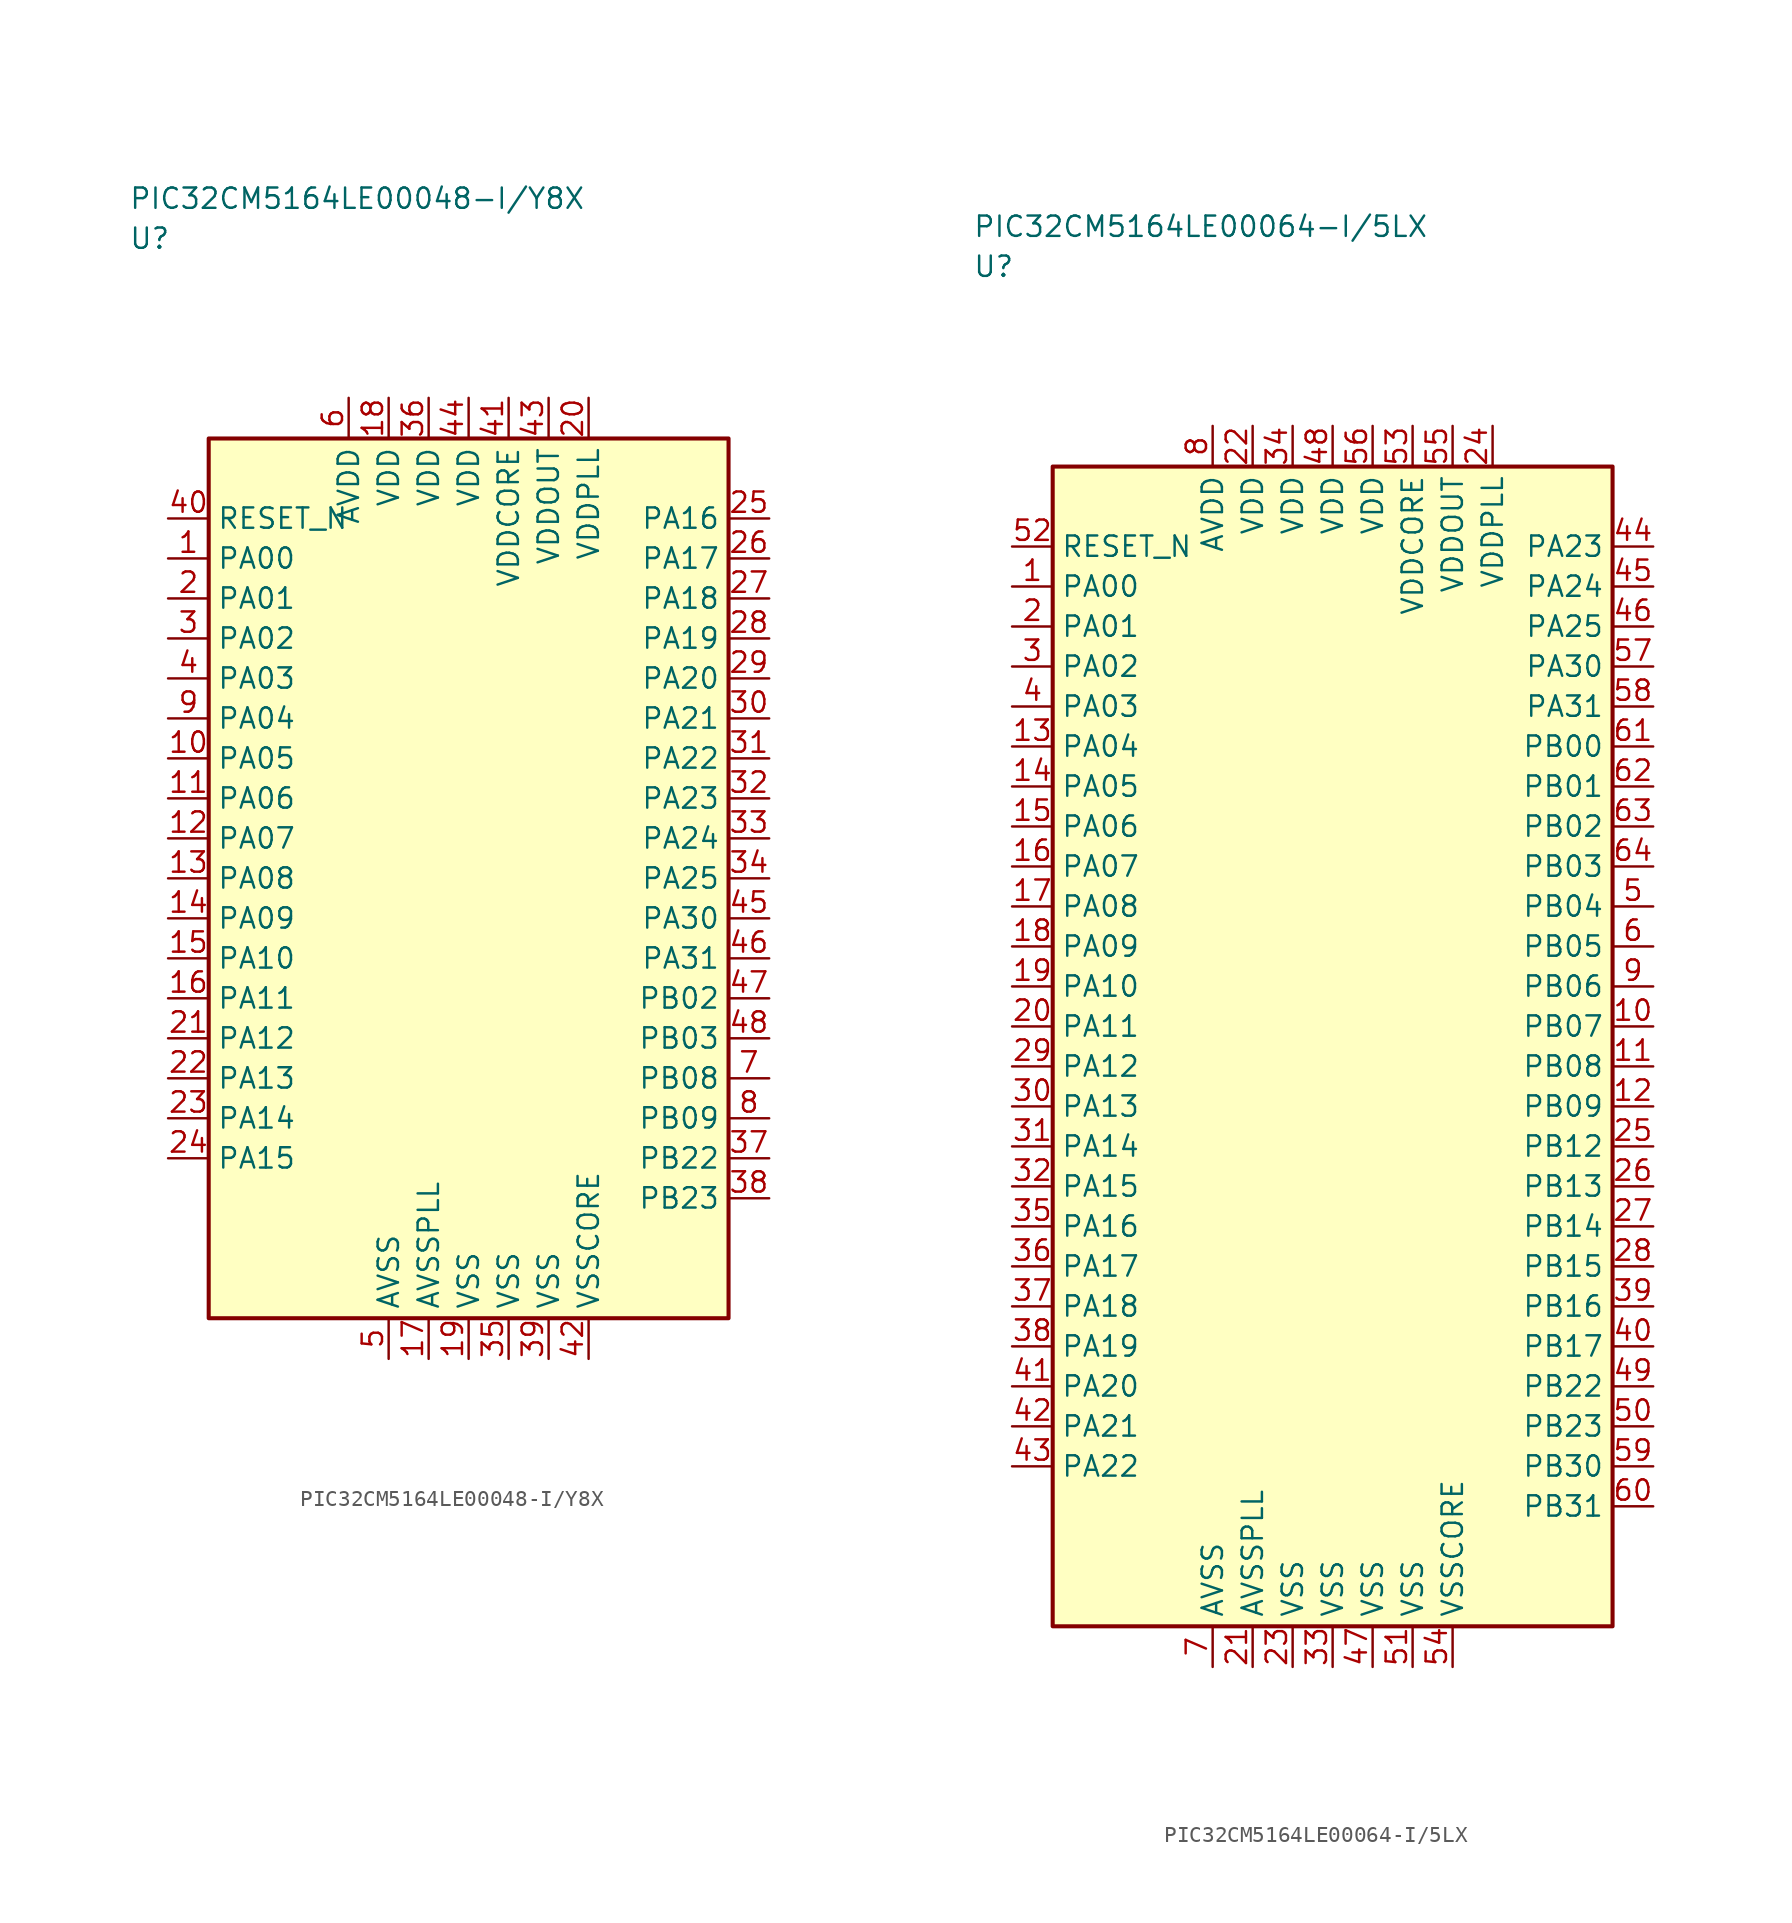
<source format=kicad_sym>
(kicad_symbol_lib
  (version 20241025)
  (generator "kicad_symbol_editor")
  (generator_version "8.0")
  (symbol "PIC32CM5164LE00048-I/Y8X"
    (property "Reference" "U"
      (at -21.25 40.0 0)
      (effects (font (size 1.27 1.27)) (justify left)))
    (property "Value" "PIC32CM5164LE00048-I/Y8X"
      (at -21.25 42.5 0)
      (effects (font (size 1.27 1.27)) (justify left)))
    (symbol "PIC32CM5164LE00048-I/Y8X_0_1"
      (rectangle (start -16.25 27.5) (end 16.25 -27.5) (stroke (width 0.254) (type default)) (fill (type background))))
    (symbol "PIC32CM5164LE00048-I/Y8X_1_1"
      (pin bidirectional line (at -18.79 20.0 0.0) (length 2.54) (name "PA00" (effects (font (size 1.27 1.27)))) (number "1" (effects (font (size 1.27 1.27)))))
      (pin bidirectional line (at -18.79 17.5 0.0) (length 2.54) (name "PA01" (effects (font (size 1.27 1.27)))) (number "2" (effects (font (size 1.27 1.27)))))
      (pin bidirectional line (at -18.79 15.0 0.0) (length 2.54) (name "PA02" (effects (font (size 1.27 1.27)))) (number "3" (effects (font (size 1.27 1.27)))))
      (pin bidirectional line (at -18.79 12.5 0.0) (length 2.54) (name "PA03" (effects (font (size 1.27 1.27)))) (number "4" (effects (font (size 1.27 1.27)))))
      (pin passive line (at -5.0 -30.04 90.0) (length 2.54) (name "AVSS" (effects (font (size 1.27 1.27)))) (number "5" (effects (font (size 1.27 1.27)))))
      (pin power_in line (at -7.5 30.04 270.0) (length 2.54) (name "AVDD" (effects (font (size 1.27 1.27)))) (number "6" (effects (font (size 1.27 1.27)))))
      (pin bidirectional line (at 18.79 -12.5 180.0) (length 2.54) (name "PB08" (effects (font (size 1.27 1.27)))) (number "7" (effects (font (size 1.27 1.27)))))
      (pin bidirectional line (at 18.79 -15.0 180.0) (length 2.54) (name "PB09" (effects (font (size 1.27 1.27)))) (number "8" (effects (font (size 1.27 1.27)))))
      (pin bidirectional line (at -18.79 10.0 0.0) (length 2.54) (name "PA04" (effects (font (size 1.27 1.27)))) (number "9" (effects (font (size 1.27 1.27)))))
      (pin bidirectional line (at -18.79 7.5 0.0) (length 2.54) (name "PA05" (effects (font (size 1.27 1.27)))) (number "10" (effects (font (size 1.27 1.27)))))
      (pin bidirectional line (at -18.79 5.0 0.0) (length 2.54) (name "PA06" (effects (font (size 1.27 1.27)))) (number "11" (effects (font (size 1.27 1.27)))))
      (pin bidirectional line (at -18.79 2.5 0.0) (length 2.54) (name "PA07" (effects (font (size 1.27 1.27)))) (number "12" (effects (font (size 1.27 1.27)))))
      (pin bidirectional line (at -18.79 0.0 0.0) (length 2.54) (name "PA08" (effects (font (size 1.27 1.27)))) (number "13" (effects (font (size 1.27 1.27)))))
      (pin bidirectional line (at -18.79 -2.5 0.0) (length 2.54) (name "PA09" (effects (font (size 1.27 1.27)))) (number "14" (effects (font (size 1.27 1.27)))))
      (pin bidirectional line (at -18.79 -5.0 0.0) (length 2.54) (name "PA10" (effects (font (size 1.27 1.27)))) (number "15" (effects (font (size 1.27 1.27)))))
      (pin bidirectional line (at -18.79 -7.5 0.0) (length 2.54) (name "PA11" (effects (font (size 1.27 1.27)))) (number "16" (effects (font (size 1.27 1.27)))))
      (pin passive line (at -2.5 -30.04 90.0) (length 2.54) (name "AVSSPLL" (effects (font (size 1.27 1.27)))) (number "17" (effects (font (size 1.27 1.27)))))
      (pin power_in line (at -5.0 30.04 270.0) (length 2.54) (name "VDD" (effects (font (size 1.27 1.27)))) (number "18" (effects (font (size 1.27 1.27)))))
      (pin passive line (at 0.0 -30.04 90.0) (length 2.54) (name "VSS" (effects (font (size 1.27 1.27)))) (number "19" (effects (font (size 1.27 1.27)))))
      (pin power_in line (at 7.5 30.04 270.0) (length 2.54) (name "VDDPLL" (effects (font (size 1.27 1.27)))) (number "20" (effects (font (size 1.27 1.27)))))
      (pin bidirectional line (at -18.79 -10.0 0.0) (length 2.54) (name "PA12" (effects (font (size 1.27 1.27)))) (number "21" (effects (font (size 1.27 1.27)))))
      (pin bidirectional line (at -18.79 -12.5 0.0) (length 2.54) (name "PA13" (effects (font (size 1.27 1.27)))) (number "22" (effects (font (size 1.27 1.27)))))
      (pin bidirectional line (at -18.79 -15.0 0.0) (length 2.54) (name "PA14" (effects (font (size 1.27 1.27)))) (number "23" (effects (font (size 1.27 1.27)))))
      (pin bidirectional line (at -18.79 -17.5 0.0) (length 2.54) (name "PA15" (effects (font (size 1.27 1.27)))) (number "24" (effects (font (size 1.27 1.27)))))
      (pin bidirectional line (at 18.79 22.5 180.0) (length 2.54) (name "PA16" (effects (font (size 1.27 1.27)))) (number "25" (effects (font (size 1.27 1.27)))))
      (pin bidirectional line (at 18.79 20.0 180.0) (length 2.54) (name "PA17" (effects (font (size 1.27 1.27)))) (number "26" (effects (font (size 1.27 1.27)))))
      (pin bidirectional line (at 18.79 17.5 180.0) (length 2.54) (name "PA18" (effects (font (size 1.27 1.27)))) (number "27" (effects (font (size 1.27 1.27)))))
      (pin bidirectional line (at 18.79 15.0 180.0) (length 2.54) (name "PA19" (effects (font (size 1.27 1.27)))) (number "28" (effects (font (size 1.27 1.27)))))
      (pin bidirectional line (at 18.79 12.5 180.0) (length 2.54) (name "PA20" (effects (font (size 1.27 1.27)))) (number "29" (effects (font (size 1.27 1.27)))))
      (pin bidirectional line (at 18.79 10.0 180.0) (length 2.54) (name "PA21" (effects (font (size 1.27 1.27)))) (number "30" (effects (font (size 1.27 1.27)))))
      (pin bidirectional line (at 18.79 7.5 180.0) (length 2.54) (name "PA22" (effects (font (size 1.27 1.27)))) (number "31" (effects (font (size 1.27 1.27)))))
      (pin bidirectional line (at 18.79 5.0 180.0) (length 2.54) (name "PA23" (effects (font (size 1.27 1.27)))) (number "32" (effects (font (size 1.27 1.27)))))
      (pin bidirectional line (at 18.79 2.5 180.0) (length 2.54) (name "PA24" (effects (font (size 1.27 1.27)))) (number "33" (effects (font (size 1.27 1.27)))))
      (pin bidirectional line (at 18.79 0.0 180.0) (length 2.54) (name "PA25" (effects (font (size 1.27 1.27)))) (number "34" (effects (font (size 1.27 1.27)))))
      (pin passive line (at 2.5 -30.04 90.0) (length 2.54) (name "VSS" (effects (font (size 1.27 1.27)))) (number "35" (effects (font (size 1.27 1.27)))))
      (pin power_in line (at -2.5 30.04 270.0) (length 2.54) (name "VDD" (effects (font (size 1.27 1.27)))) (number "36" (effects (font (size 1.27 1.27)))))
      (pin bidirectional line (at 18.79 -17.5 180.0) (length 2.54) (name "PB22" (effects (font (size 1.27 1.27)))) (number "37" (effects (font (size 1.27 1.27)))))
      (pin bidirectional line (at 18.79 -20.0 180.0) (length 2.54) (name "PB23" (effects (font (size 1.27 1.27)))) (number "38" (effects (font (size 1.27 1.27)))))
      (pin passive line (at 5.0 -30.04 90.0) (length 2.54) (name "VSS" (effects (font (size 1.27 1.27)))) (number "39" (effects (font (size 1.27 1.27)))))
      (pin input line (at -18.79 22.5 0.0) (length 2.54) (name "RESET_N" (effects (font (size 1.27 1.27)))) (number "40" (effects (font (size 1.27 1.27)))))
      (pin power_in line (at 2.5 30.04 270.0) (length 2.54) (name "VDDCORE" (effects (font (size 1.27 1.27)))) (number "41" (effects (font (size 1.27 1.27)))))
      (pin passive line (at 7.5 -30.04 90.0) (length 2.54) (name "VSSCORE" (effects (font (size 1.27 1.27)))) (number "42" (effects (font (size 1.27 1.27)))))
      (pin power_in line (at 5.0 30.04 270.0) (length 2.54) (name "VDDOUT" (effects (font (size 1.27 1.27)))) (number "43" (effects (font (size 1.27 1.27)))))
      (pin power_in line (at 0.0 30.04 270.0) (length 2.54) (name "VDD" (effects (font (size 1.27 1.27)))) (number "44" (effects (font (size 1.27 1.27)))))
      (pin bidirectional line (at 18.79 -2.5 180.0) (length 2.54) (name "PA30" (effects (font (size 1.27 1.27)))) (number "45" (effects (font (size 1.27 1.27)))))
      (pin bidirectional line (at 18.79 -5.0 180.0) (length 2.54) (name "PA31" (effects (font (size 1.27 1.27)))) (number "46" (effects (font (size 1.27 1.27)))))
      (pin bidirectional line (at 18.79 -7.5 180.0) (length 2.54) (name "PB02" (effects (font (size 1.27 1.27)))) (number "47" (effects (font (size 1.27 1.27)))))
      (pin bidirectional line (at 18.79 -10.0 180.0) (length 2.54) (name "PB03" (effects (font (size 1.27 1.27)))) (number "48" (effects (font (size 1.27 1.27)))))))
  (symbol "PIC32CM5164LE00064-I/5LX"
    (property "Reference" "U"
      (at -22.5 48.75 0)
      (effects (font (size 1.27 1.27)) (justify left)))
    (property "Value" "PIC32CM5164LE00064-I/5LX"
      (at -22.5 51.25 0)
      (effects (font (size 1.27 1.27)) (justify left)))
    (symbol "PIC32CM5164LE00064-I/5LX_0_1"
      (rectangle (start -17.5 36.25) (end 17.5 -36.25) (stroke (width 0.254) (type default)) (fill (type background))))
    (symbol "PIC32CM5164LE00064-I/5LX_1_1"
      (pin bidirectional line (at -20.04 28.75 0.0) (length 2.54) (name "PA00" (effects (font (size 1.27 1.27)))) (number "1" (effects (font (size 1.27 1.27)))))
      (pin bidirectional line (at -20.04 26.25 0.0) (length 2.54) (name "PA01" (effects (font (size 1.27 1.27)))) (number "2" (effects (font (size 1.27 1.27)))))
      (pin bidirectional line (at -20.04 23.75 0.0) (length 2.54) (name "PA02" (effects (font (size 1.27 1.27)))) (number "3" (effects (font (size 1.27 1.27)))))
      (pin bidirectional line (at -20.04 21.25 0.0) (length 2.54) (name "PA03" (effects (font (size 1.27 1.27)))) (number "4" (effects (font (size 1.27 1.27)))))
      (pin bidirectional line (at 20.04 8.75 180.0) (length 2.54) (name "PB04" (effects (font (size 1.27 1.27)))) (number "5" (effects (font (size 1.27 1.27)))))
      (pin bidirectional line (at 20.04 6.25 180.0) (length 2.54) (name "PB05" (effects (font (size 1.27 1.27)))) (number "6" (effects (font (size 1.27 1.27)))))
      (pin passive line (at -7.5 -38.79 90.0) (length 2.54) (name "AVSS" (effects (font (size 1.27 1.27)))) (number "7" (effects (font (size 1.27 1.27)))))
      (pin power_in line (at -7.5 38.79 270.0) (length 2.54) (name "AVDD" (effects (font (size 1.27 1.27)))) (number "8" (effects (font (size 1.27 1.27)))))
      (pin bidirectional line (at 20.04 3.75 180.0) (length 2.54) (name "PB06" (effects (font (size 1.27 1.27)))) (number "9" (effects (font (size 1.27 1.27)))))
      (pin bidirectional line (at 20.04 1.25 180.0) (length 2.54) (name "PB07" (effects (font (size 1.27 1.27)))) (number "10" (effects (font (size 1.27 1.27)))))
      (pin bidirectional line (at 20.04 -1.25 180.0) (length 2.54) (name "PB08" (effects (font (size 1.27 1.27)))) (number "11" (effects (font (size 1.27 1.27)))))
      (pin bidirectional line (at 20.04 -3.75 180.0) (length 2.54) (name "PB09" (effects (font (size 1.27 1.27)))) (number "12" (effects (font (size 1.27 1.27)))))
      (pin bidirectional line (at -20.04 18.75 0.0) (length 2.54) (name "PA04" (effects (font (size 1.27 1.27)))) (number "13" (effects (font (size 1.27 1.27)))))
      (pin bidirectional line (at -20.04 16.25 0.0) (length 2.54) (name "PA05" (effects (font (size 1.27 1.27)))) (number "14" (effects (font (size 1.27 1.27)))))
      (pin bidirectional line (at -20.04 13.75 0.0) (length 2.54) (name "PA06" (effects (font (size 1.27 1.27)))) (number "15" (effects (font (size 1.27 1.27)))))
      (pin bidirectional line (at -20.04 11.25 0.0) (length 2.54) (name "PA07" (effects (font (size 1.27 1.27)))) (number "16" (effects (font (size 1.27 1.27)))))
      (pin bidirectional line (at -20.04 8.75 0.0) (length 2.54) (name "PA08" (effects (font (size 1.27 1.27)))) (number "17" (effects (font (size 1.27 1.27)))))
      (pin bidirectional line (at -20.04 6.25 0.0) (length 2.54) (name "PA09" (effects (font (size 1.27 1.27)))) (number "18" (effects (font (size 1.27 1.27)))))
      (pin bidirectional line (at -20.04 3.75 0.0) (length 2.54) (name "PA10" (effects (font (size 1.27 1.27)))) (number "19" (effects (font (size 1.27 1.27)))))
      (pin bidirectional line (at -20.04 1.25 0.0) (length 2.54) (name "PA11" (effects (font (size 1.27 1.27)))) (number "20" (effects (font (size 1.27 1.27)))))
      (pin passive line (at -5.0 -38.79 90.0) (length 2.54) (name "AVSSPLL" (effects (font (size 1.27 1.27)))) (number "21" (effects (font (size 1.27 1.27)))))
      (pin power_in line (at -5.0 38.79 270.0) (length 2.54) (name "VDD" (effects (font (size 1.27 1.27)))) (number "22" (effects (font (size 1.27 1.27)))))
      (pin passive line (at -2.5 -38.79 90.0) (length 2.54) (name "VSS" (effects (font (size 1.27 1.27)))) (number "23" (effects (font (size 1.27 1.27)))))
      (pin power_in line (at 10.0 38.79 270.0) (length 2.54) (name "VDDPLL" (effects (font (size 1.27 1.27)))) (number "24" (effects (font (size 1.27 1.27)))))
      (pin bidirectional line (at 20.04 -6.25 180.0) (length 2.54) (name "PB12" (effects (font (size 1.27 1.27)))) (number "25" (effects (font (size 1.27 1.27)))))
      (pin bidirectional line (at 20.04 -8.75 180.0) (length 2.54) (name "PB13" (effects (font (size 1.27 1.27)))) (number "26" (effects (font (size 1.27 1.27)))))
      (pin bidirectional line (at 20.04 -11.25 180.0) (length 2.54) (name "PB14" (effects (font (size 1.27 1.27)))) (number "27" (effects (font (size 1.27 1.27)))))
      (pin bidirectional line (at 20.04 -13.75 180.0) (length 2.54) (name "PB15" (effects (font (size 1.27 1.27)))) (number "28" (effects (font (size 1.27 1.27)))))
      (pin bidirectional line (at -20.04 -1.25 0.0) (length 2.54) (name "PA12" (effects (font (size 1.27 1.27)))) (number "29" (effects (font (size 1.27 1.27)))))
      (pin bidirectional line (at -20.04 -3.75 0.0) (length 2.54) (name "PA13" (effects (font (size 1.27 1.27)))) (number "30" (effects (font (size 1.27 1.27)))))
      (pin bidirectional line (at -20.04 -6.25 0.0) (length 2.54) (name "PA14" (effects (font (size 1.27 1.27)))) (number "31" (effects (font (size 1.27 1.27)))))
      (pin bidirectional line (at -20.04 -8.75 0.0) (length 2.54) (name "PA15" (effects (font (size 1.27 1.27)))) (number "32" (effects (font (size 1.27 1.27)))))
      (pin passive line (at 0.0 -38.79 90.0) (length 2.54) (name "VSS" (effects (font (size 1.27 1.27)))) (number "33" (effects (font (size 1.27 1.27)))))
      (pin power_in line (at -2.5 38.79 270.0) (length 2.54) (name "VDD" (effects (font (size 1.27 1.27)))) (number "34" (effects (font (size 1.27 1.27)))))
      (pin bidirectional line (at -20.04 -11.25 0.0) (length 2.54) (name "PA16" (effects (font (size 1.27 1.27)))) (number "35" (effects (font (size 1.27 1.27)))))
      (pin bidirectional line (at -20.04 -13.75 0.0) (length 2.54) (name "PA17" (effects (font (size 1.27 1.27)))) (number "36" (effects (font (size 1.27 1.27)))))
      (pin bidirectional line (at -20.04 -16.25 0.0) (length 2.54) (name "PA18" (effects (font (size 1.27 1.27)))) (number "37" (effects (font (size 1.27 1.27)))))
      (pin bidirectional line (at -20.04 -18.75 0.0) (length 2.54) (name "PA19" (effects (font (size 1.27 1.27)))) (number "38" (effects (font (size 1.27 1.27)))))
      (pin bidirectional line (at 20.04 -16.25 180.0) (length 2.54) (name "PB16" (effects (font (size 1.27 1.27)))) (number "39" (effects (font (size 1.27 1.27)))))
      (pin bidirectional line (at 20.04 -18.75 180.0) (length 2.54) (name "PB17" (effects (font (size 1.27 1.27)))) (number "40" (effects (font (size 1.27 1.27)))))
      (pin bidirectional line (at -20.04 -21.25 0.0) (length 2.54) (name "PA20" (effects (font (size 1.27 1.27)))) (number "41" (effects (font (size 1.27 1.27)))))
      (pin bidirectional line (at -20.04 -23.75 0.0) (length 2.54) (name "PA21" (effects (font (size 1.27 1.27)))) (number "42" (effects (font (size 1.27 1.27)))))
      (pin bidirectional line (at -20.04 -26.25 0.0) (length 2.54) (name "PA22" (effects (font (size 1.27 1.27)))) (number "43" (effects (font (size 1.27 1.27)))))
      (pin bidirectional line (at 20.04 31.25 180.0) (length 2.54) (name "PA23" (effects (font (size 1.27 1.27)))) (number "44" (effects (font (size 1.27 1.27)))))
      (pin bidirectional line (at 20.04 28.75 180.0) (length 2.54) (name "PA24" (effects (font (size 1.27 1.27)))) (number "45" (effects (font (size 1.27 1.27)))))
      (pin bidirectional line (at 20.04 26.25 180.0) (length 2.54) (name "PA25" (effects (font (size 1.27 1.27)))) (number "46" (effects (font (size 1.27 1.27)))))
      (pin passive line (at 2.5 -38.79 90.0) (length 2.54) (name "VSS" (effects (font (size 1.27 1.27)))) (number "47" (effects (font (size 1.27 1.27)))))
      (pin power_in line (at 0.0 38.79 270.0) (length 2.54) (name "VDD" (effects (font (size 1.27 1.27)))) (number "48" (effects (font (size 1.27 1.27)))))
      (pin bidirectional line (at 20.04 -21.25 180.0) (length 2.54) (name "PB22" (effects (font (size 1.27 1.27)))) (number "49" (effects (font (size 1.27 1.27)))))
      (pin bidirectional line (at 20.04 -23.75 180.0) (length 2.54) (name "PB23" (effects (font (size 1.27 1.27)))) (number "50" (effects (font (size 1.27 1.27)))))
      (pin passive line (at 5.0 -38.79 90.0) (length 2.54) (name "VSS" (effects (font (size 1.27 1.27)))) (number "51" (effects (font (size 1.27 1.27)))))
      (pin input line (at -20.04 31.25 0.0) (length 2.54) (name "RESET_N" (effects (font (size 1.27 1.27)))) (number "52" (effects (font (size 1.27 1.27)))))
      (pin power_in line (at 5.0 38.79 270.0) (length 2.54) (name "VDDCORE" (effects (font (size 1.27 1.27)))) (number "53" (effects (font (size 1.27 1.27)))))
      (pin passive line (at 7.5 -38.79 90.0) (length 2.54) (name "VSSCORE" (effects (font (size 1.27 1.27)))) (number "54" (effects (font (size 1.27 1.27)))))
      (pin power_in line (at 7.5 38.79 270.0) (length 2.54) (name "VDDOUT" (effects (font (size 1.27 1.27)))) (number "55" (effects (font (size 1.27 1.27)))))
      (pin power_in line (at 2.5 38.79 270.0) (length 2.54) (name "VDD" (effects (font (size 1.27 1.27)))) (number "56" (effects (font (size 1.27 1.27)))))
      (pin bidirectional line (at 20.04 23.75 180.0) (length 2.54) (name "PA30" (effects (font (size 1.27 1.27)))) (number "57" (effects (font (size 1.27 1.27)))))
      (pin bidirectional line (at 20.04 21.25 180.0) (length 2.54) (name "PA31" (effects (font (size 1.27 1.27)))) (number "58" (effects (font (size 1.27 1.27)))))
      (pin bidirectional line (at 20.04 -26.25 180.0) (length 2.54) (name "PB30" (effects (font (size 1.27 1.27)))) (number "59" (effects (font (size 1.27 1.27)))))
      (pin bidirectional line (at 20.04 -28.75 180.0) (length 2.54) (name "PB31" (effects (font (size 1.27 1.27)))) (number "60" (effects (font (size 1.27 1.27)))))
      (pin bidirectional line (at 20.04 18.75 180.0) (length 2.54) (name "PB00" (effects (font (size 1.27 1.27)))) (number "61" (effects (font (size 1.27 1.27)))))
      (pin bidirectional line (at 20.04 16.25 180.0) (length 2.54) (name "PB01" (effects (font (size 1.27 1.27)))) (number "62" (effects (font (size 1.27 1.27)))))
      (pin bidirectional line (at 20.04 13.75 180.0) (length 2.54) (name "PB02" (effects (font (size 1.27 1.27)))) (number "63" (effects (font (size 1.27 1.27)))))
      (pin bidirectional line (at 20.04 11.25 180.0) (length 2.54) (name "PB03" (effects (font (size 1.27 1.27)))) (number "64" (effects (font (size 1.27 1.27))))))))
</source>
